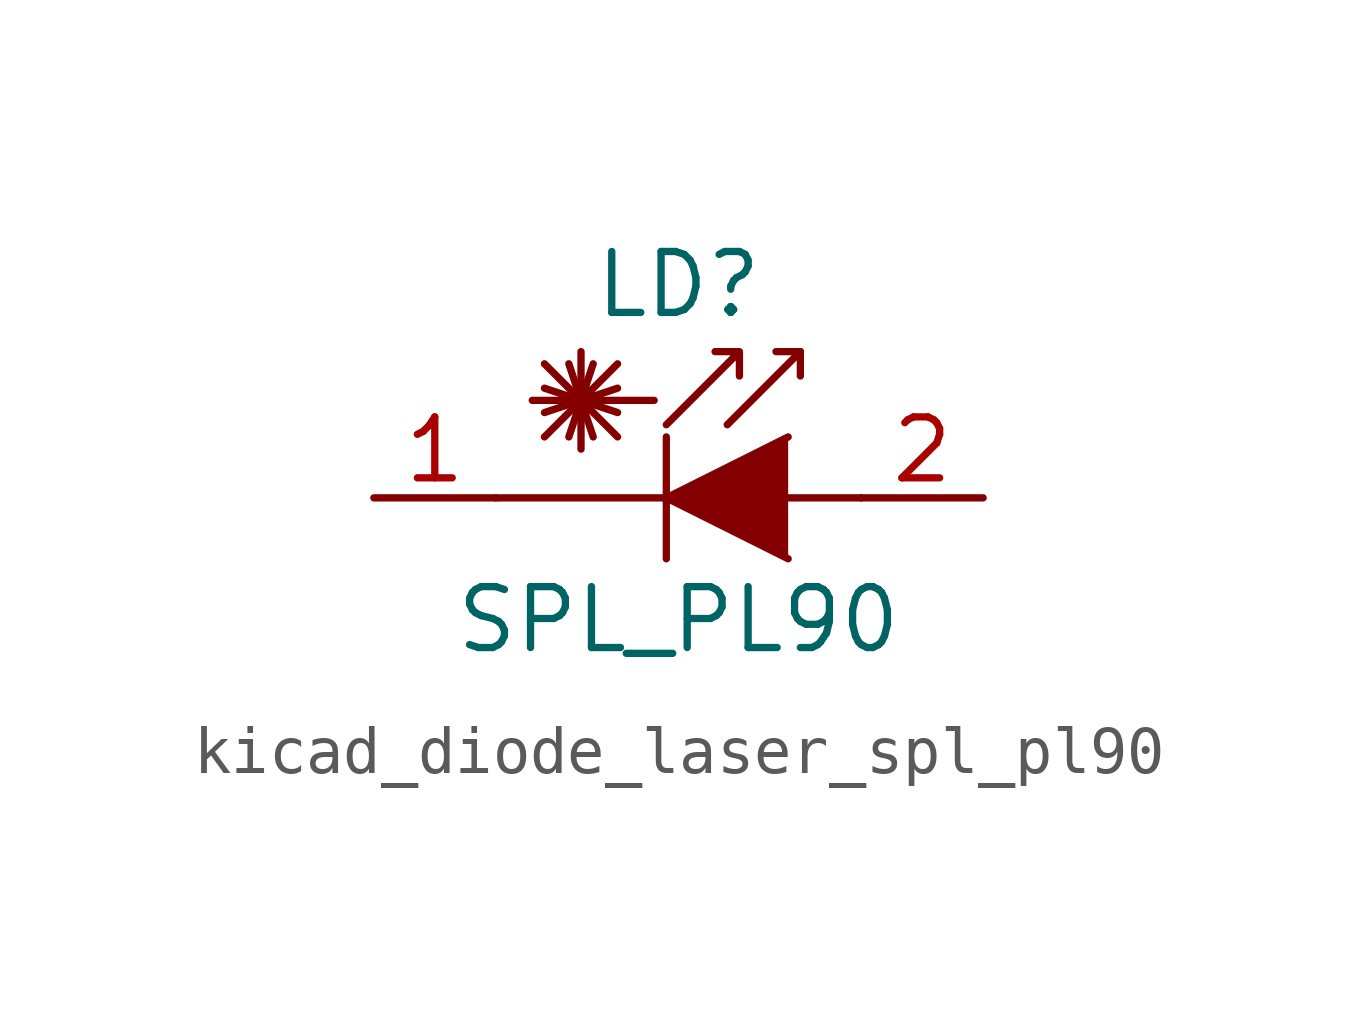
<source format=kicad_sym>
(kicad_symbol_lib
  (version 20220914)
  (generator kicad_symbol_editor)
  (symbol "kicad_diode_laser_spl_pl90"
    (pin_names
      (offset 1.016) hide)
    (property "Reference" "LD"
      (at -1.27 4.445 0)
      (effects (font (size 1.27 1.27))))
    (property "Value" "SPL_PL90"
      (at -1.27 -2.54 0)
      (effects (font (size 1.27 1.27))))
    (symbol "kicad_diode_laser_spl_pl90_0_1"
      (polyline (pts (xy -4.064 1.27) (xy -2.54 2.794)) (stroke (width 0) (type default)) (fill (type none)))
      (polyline (pts (xy -4.064 1.778) (xy -2.54 2.286)) (stroke (width 0) (type default)) (fill (type none)))
      (polyline (pts (xy -4.064 2.286) (xy -2.54 1.778)) (stroke (width 0) (type default)) (fill (type none)))
      (polyline (pts (xy -4.064 2.794) (xy -2.54 1.27)) (stroke (width 0) (type default)) (fill (type none)))
      (polyline (pts (xy -3.556 2.794) (xy -3.048 1.27)) (stroke (width 0) (type default)) (fill (type none)))
      (polyline (pts (xy -3.302 2.032) (xy -3.302 1.016)) (stroke (width 0) (type default)) (fill (type none)))
      (polyline (pts (xy -3.302 2.032) (xy -3.302 3.048)) (stroke (width 0) (type default)) (fill (type none)))
      (polyline (pts (xy -3.048 2.794) (xy -3.556 1.27)) (stroke (width 0) (type default)) (fill (type none)))
      (polyline (pts (xy -1.778 2.032) (xy -4.318 2.032)) (stroke (width 0) (type default)) (fill (type none)))
      (polyline (pts (xy -1.524 1.27) (xy -1.524 -1.27)) (stroke (width 0.152) (type default)) (fill (type none)))
      (polyline (pts (xy 1.27 3.048) (xy 0.762 3.048)) (stroke (width 0) (type default)) (fill (type none)))
      (polyline (pts (xy 2.54 0) (xy -5.08 0)) (stroke (width 0) (type default)) (fill (type none)))
      (polyline (pts (xy -0.254 1.524) (xy 1.27 3.048) (xy 1.27 2.54)) (stroke (width 0) (type default)) (fill (type none)))
      (polyline (pts (xy 1.016 1.27) (xy -1.524 0) (xy 1.016 -1.27)) (stroke (width 0) (type default)) (fill (type outline)))
      (polyline (pts (xy -1.524 1.524) (xy 0 3.048) (xy 0 2.54) (xy 0 3.048) (xy -0.508 3.048)) (stroke (width 0) (type default)) (fill (type none))))
    (symbol "kicad_diode_laser_spl_pl90_1_1"
      (pin passive line (at -7.62 0 0) (length 2.54) (name "C" (effects (font (size 1.27 1.27)))) (number "1" (effects (font (size 1.27 1.27)))))
      (pin passive line (at 5.08 0 180) (length 2.54) (name "A" (effects (font (size 1.27 1.27)))) (number "2" (effects (font (size 1.27 1.27))))))))
</source>
